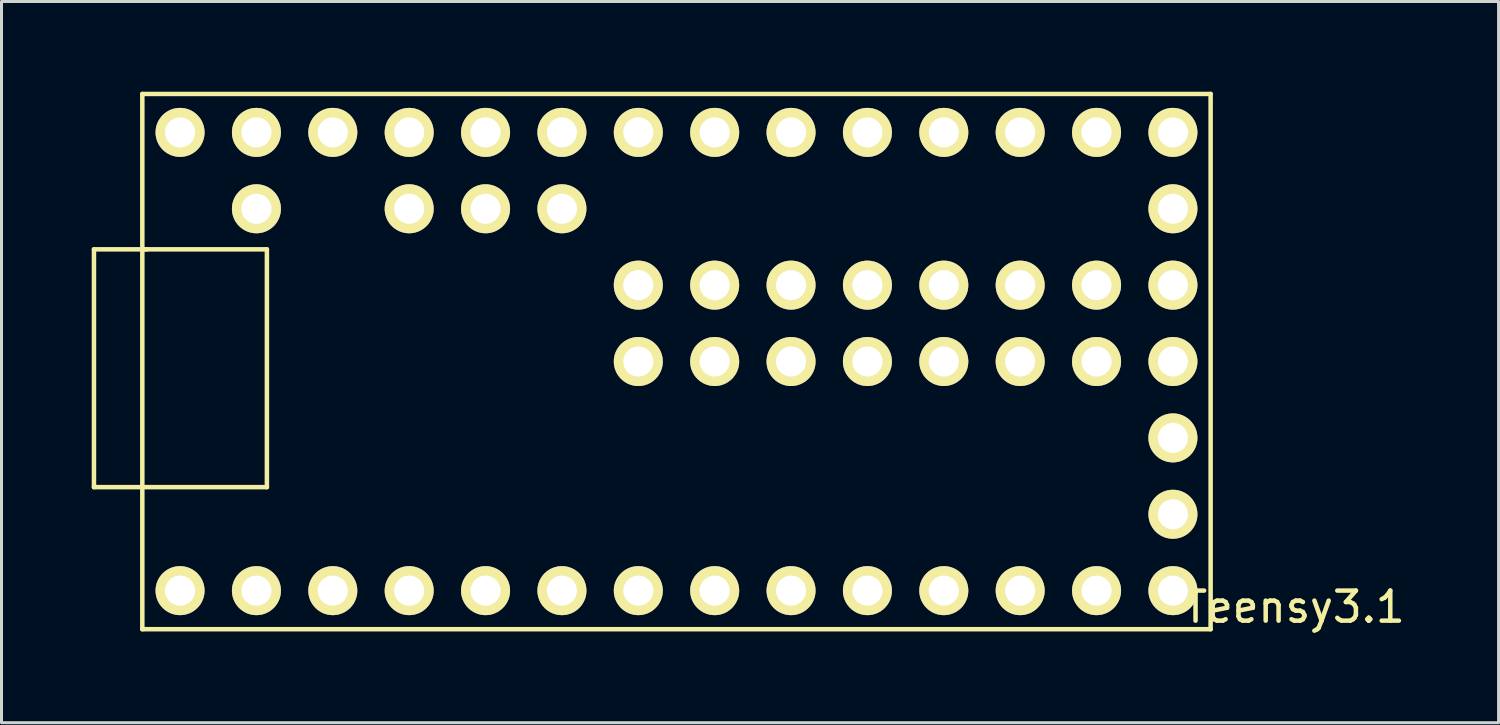
<source format=kicad_pcb>
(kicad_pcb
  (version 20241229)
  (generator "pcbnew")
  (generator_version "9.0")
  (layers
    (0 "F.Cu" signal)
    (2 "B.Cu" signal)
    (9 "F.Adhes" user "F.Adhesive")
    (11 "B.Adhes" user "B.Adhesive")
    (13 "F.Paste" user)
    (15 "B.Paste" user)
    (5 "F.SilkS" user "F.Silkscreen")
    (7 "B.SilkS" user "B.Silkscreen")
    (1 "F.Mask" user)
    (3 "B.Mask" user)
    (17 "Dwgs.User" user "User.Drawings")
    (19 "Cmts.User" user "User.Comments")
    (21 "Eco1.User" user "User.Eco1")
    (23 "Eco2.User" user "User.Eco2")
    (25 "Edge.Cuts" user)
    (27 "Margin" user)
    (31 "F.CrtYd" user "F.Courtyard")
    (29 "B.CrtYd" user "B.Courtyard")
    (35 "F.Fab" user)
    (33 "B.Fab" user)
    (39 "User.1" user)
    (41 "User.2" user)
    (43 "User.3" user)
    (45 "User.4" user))
  (footprint "Teensy3.1"
    (layer "F.Cu")
    (at 19.125 8.983)
    (property "Reference" "Teensy3.1" (at 20.871 8.153 0) (layer "F.SilkS") (effects (font (size 1 1) (thickness 0.15))))
    (attr through_hole)
    (fp_line (start -19.05 -3.741) (end -17.292 -3.741) (stroke (width 0.15) (type solid)) (layer "F.SilkS"))
    (fp_line (start -19.05 4.168) (end -19.05 -3.741) (stroke (width 0.15) (type solid)) (layer "F.SilkS"))
    (fp_line (start -17.442 -8.908) (end 18.087 -8.908) (stroke (width 0.15) (type solid)) (layer "F.SilkS"))
    (fp_line (start -17.442 -3.741) (end -13.299 -3.741) (stroke (width 0.15) (type solid)) (layer "F.SilkS"))
    (fp_line (start -17.442 8.893) (end -17.442 -8.908) (stroke (width 0.15) (type solid)) (layer "F.SilkS"))
    (fp_line (start -13.299 -3.741) (end -13.299 4.168) (stroke (width 0.15) (type solid)) (layer "F.SilkS"))
    (fp_line (start -13.299 4.168) (end -19.05 4.168) (stroke (width 0.15) (type solid)) (layer "F.SilkS"))
    (fp_line (start 18.087 -8.908) (end 18.087 8.893) (stroke (width 0.15) (type solid)) (layer "F.SilkS"))
    (fp_line (start 18.087 8.893) (end -17.442 8.893) (stroke (width 0.15) (type solid)) (layer "F.SilkS"))
    (pad "1" thru_hole circle (at -16.187 7.61) (size 1.63 1.63) (drill 1) (layers "*.Cu" "*.Mask" "F.SilkS"))
    (pad "2" thru_hole circle (at -13.647 7.61) (size 1.63 1.63) (drill 1) (layers "*.Cu" "*.Mask" "F.SilkS"))
    (pad "3" thru_hole circle (at -11.107 7.61) (size 1.63 1.63) (drill 1) (layers "*.Cu" "*.Mask" "F.SilkS"))
    (pad "4" thru_hole circle (at -8.567 7.61) (size 1.63 1.63) (drill 1) (layers "*.Cu" "*.Mask" "F.SilkS"))
    (pad "5" thru_hole circle (at -6.027 7.61) (size 1.63 1.63) (drill 1) (layers "*.Cu" "*.Mask" "F.SilkS"))
    (pad "6" thru_hole circle (at -3.487 7.61) (size 1.63 1.63) (drill 1) (layers "*.Cu" "*.Mask" "F.SilkS"))
    (pad "7" thru_hole circle (at -0.947 7.61) (size 1.63 1.63) (drill 1) (layers "*.Cu" "*.Mask" "F.SilkS"))
    (pad "8" thru_hole circle (at 1.593 7.61) (size 1.63 1.63) (drill 1) (layers "*.Cu" "*.Mask" "F.SilkS"))
    (pad "9" thru_hole circle (at 4.133 7.61) (size 1.63 1.63) (drill 1) (layers "*.Cu" "*.Mask" "F.SilkS"))
    (pad "10" thru_hole circle (at 6.673 7.61) (size 1.63 1.63) (drill 1) (layers "*.Cu" "*.Mask" "F.SilkS"))
    (pad "11" thru_hole circle (at 9.213 7.61) (size 1.63 1.63) (drill 1) (layers "*.Cu" "*.Mask" "F.SilkS"))
    (pad "12" thru_hole circle (at 11.753 7.61) (size 1.63 1.63) (drill 1) (layers "*.Cu" "*.Mask" "F.SilkS"))
    (pad "13" thru_hole circle (at 14.293 7.61) (size 1.63 1.63) (drill 1) (layers "*.Cu" "*.Mask" "F.SilkS"))
    (pad "14" thru_hole circle (at 16.833 7.61) (size 1.63 1.63) (drill 1) (layers "*.Cu" "*.Mask" "F.SilkS"))
    (pad "15" thru_hole circle (at 16.833 -7.63) (size 1.63 1.63) (drill 1) (layers "*.Cu" "*.Mask" "F.SilkS"))
    (pad "16" thru_hole circle (at 14.293 -7.63) (size 1.63 1.63) (drill 1) (layers "*.Cu" "*.Mask" "F.SilkS"))
    (pad "17" thru_hole circle (at 11.753 -7.63) (size 1.63 1.63) (drill 1) (layers "*.Cu" "*.Mask" "F.SilkS"))
    (pad "18" thru_hole circle (at 9.213 -7.63) (size 1.63 1.63) (drill 1) (layers "*.Cu" "*.Mask" "F.SilkS"))
    (pad "19" thru_hole circle (at 6.673 -7.63) (size 1.63 1.63) (drill 1) (layers "*.Cu" "*.Mask" "F.SilkS"))
    (pad "20" thru_hole circle (at 4.133 -7.63) (size 1.63 1.63) (drill 1) (layers "*.Cu" "*.Mask" "F.SilkS"))
    (pad "21" thru_hole circle (at 1.593 -7.63) (size 1.63 1.63) (drill 1) (layers "*.Cu" "*.Mask" "F.SilkS"))
    (pad "22" thru_hole circle (at -0.947 -7.63) (size 1.63 1.63) (drill 1) (layers "*.Cu" "*.Mask" "F.SilkS"))
    (pad "23" thru_hole circle (at -3.487 -7.63) (size 1.63 1.63) (drill 1) (layers "*.Cu" "*.Mask" "F.SilkS"))
    (pad "24" thru_hole circle (at -6.027 -7.63) (size 1.63 1.63) (drill 1) (layers "*.Cu" "*.Mask" "F.SilkS"))
    (pad "25" thru_hole circle (at -8.567 -7.63) (size 1.63 1.63) (drill 1) (layers "*.Cu" "*.Mask" "F.SilkS"))
    (pad "26" thru_hole circle (at -11.107 -7.63) (size 1.63 1.63) (drill 1) (layers "*.Cu" "*.Mask" "F.SilkS"))
    (pad "27" thru_hole circle (at -13.647 -7.63) (size 1.63 1.63) (drill 1) (layers "*.Cu" "*.Mask" "F.SilkS"))
    (pad "28" thru_hole circle (at -16.187 -7.63) (size 1.63 1.63) (drill 1) (layers "*.Cu" "*.Mask" "F.SilkS"))
    (pad "29" thru_hole circle (at -0.947 -0.01) (size 1.63 1.63) (drill 1) (layers "*.Cu" "*.Mask" "F.SilkS"))
    (pad "30" thru_hole circle (at 1.593 -0.01) (size 1.63 1.63) (drill 1) (layers "*.Cu" "*.Mask" "F.SilkS"))
    (pad "31" thru_hole circle (at 4.133 -0.01) (size 1.63 1.63) (drill 1) (layers "*.Cu" "*.Mask" "F.SilkS"))
    (pad "32" thru_hole circle (at 6.673 -0.01) (size 1.63 1.63) (drill 1) (layers "*.Cu" "*.Mask" "F.SilkS"))
    (pad "33" thru_hole circle (at 9.213 -0.01) (size 1.63 1.63) (drill 1) (layers "*.Cu" "*.Mask" "F.SilkS"))
    (pad "34" thru_hole circle (at 11.753 -0.01) (size 1.63 1.63) (drill 1) (layers "*.Cu" "*.Mask" "F.SilkS"))
    (pad "35" thru_hole circle (at 14.293 -0.01) (size 1.63 1.63) (drill 1) (layers "*.Cu" "*.Mask" "F.SilkS"))
    (pad "36" thru_hole circle (at 14.293 -2.55) (size 1.63 1.63) (drill 1) (layers "*.Cu" "*.Mask" "F.SilkS"))
    (pad "37" thru_hole circle (at 11.753 -2.55) (size 1.63 1.63) (drill 1) (layers "*.Cu" "*.Mask" "F.SilkS"))
    (pad "38" thru_hole circle (at 9.213 -2.55) (size 1.63 1.63) (drill 1) (layers "*.Cu" "*.Mask" "F.SilkS"))
    (pad "39" thru_hole circle (at 6.673 -2.55) (size 1.63 1.63) (drill 1) (layers "*.Cu" "*.Mask" "F.SilkS"))
    (pad "40" thru_hole circle (at 4.133 -2.55) (size 1.63 1.63) (drill 1) (layers "*.Cu" "*.Mask" "F.SilkS"))
    (pad "41" thru_hole circle (at 1.593 -2.55) (size 1.63 1.63) (drill 1) (layers "*.Cu" "*.Mask" "F.SilkS"))
    (pad "42" thru_hole circle (at -0.947 -2.55) (size 1.63 1.63) (drill 1) (layers "*.Cu" "*.Mask" "F.SilkS"))
    (pad "43" thru_hole circle (at -3.487 -5.09) (size 1.63 1.63) (drill 1) (layers "*.Cu" "*.Mask" "F.SilkS"))
    (pad "44" thru_hole circle (at -6.027 -5.09) (size 1.63 1.63) (drill 1) (layers "*.Cu" "*.Mask" "F.SilkS"))
    (pad "45" thru_hole circle (at -8.567 -5.09) (size 1.63 1.63) (drill 1) (layers "*.Cu" "*.Mask" "F.SilkS"))
    (pad "46" thru_hole circle (at 16.833 -5.09) (size 1.63 1.63) (drill 1) (layers "*.Cu" "*.Mask" "F.SilkS"))
    (pad "47" thru_hole circle (at 16.833 -2.55) (size 1.63 1.63) (drill 1) (layers "*.Cu" "*.Mask" "F.SilkS"))
    (pad "48" thru_hole circle (at 16.833 -0.01) (size 1.63 1.63) (drill 1) (layers "*.Cu" "*.Mask" "F.SilkS"))
    (pad "49" thru_hole circle (at 16.833 2.53) (size 1.63 1.63) (drill 1) (layers "*.Cu" "*.Mask" "F.SilkS"))
    (pad "50" thru_hole circle (at 16.833 5.07) (size 1.63 1.63) (drill 1) (layers "*.Cu" "*.Mask" "F.SilkS"))
    (pad "51" thru_hole circle (at -13.647 -5.09) (size 1.63 1.63) (drill 1) (layers "*.Cu" "*.Mask" "F.SilkS")))
  (gr_rect
    (start -3 -3)
    (end 46.788 20.984)
    (stroke (width 0.1) (type default))
    (fill no)
    (layer "Edge.Cuts")))
</source>
